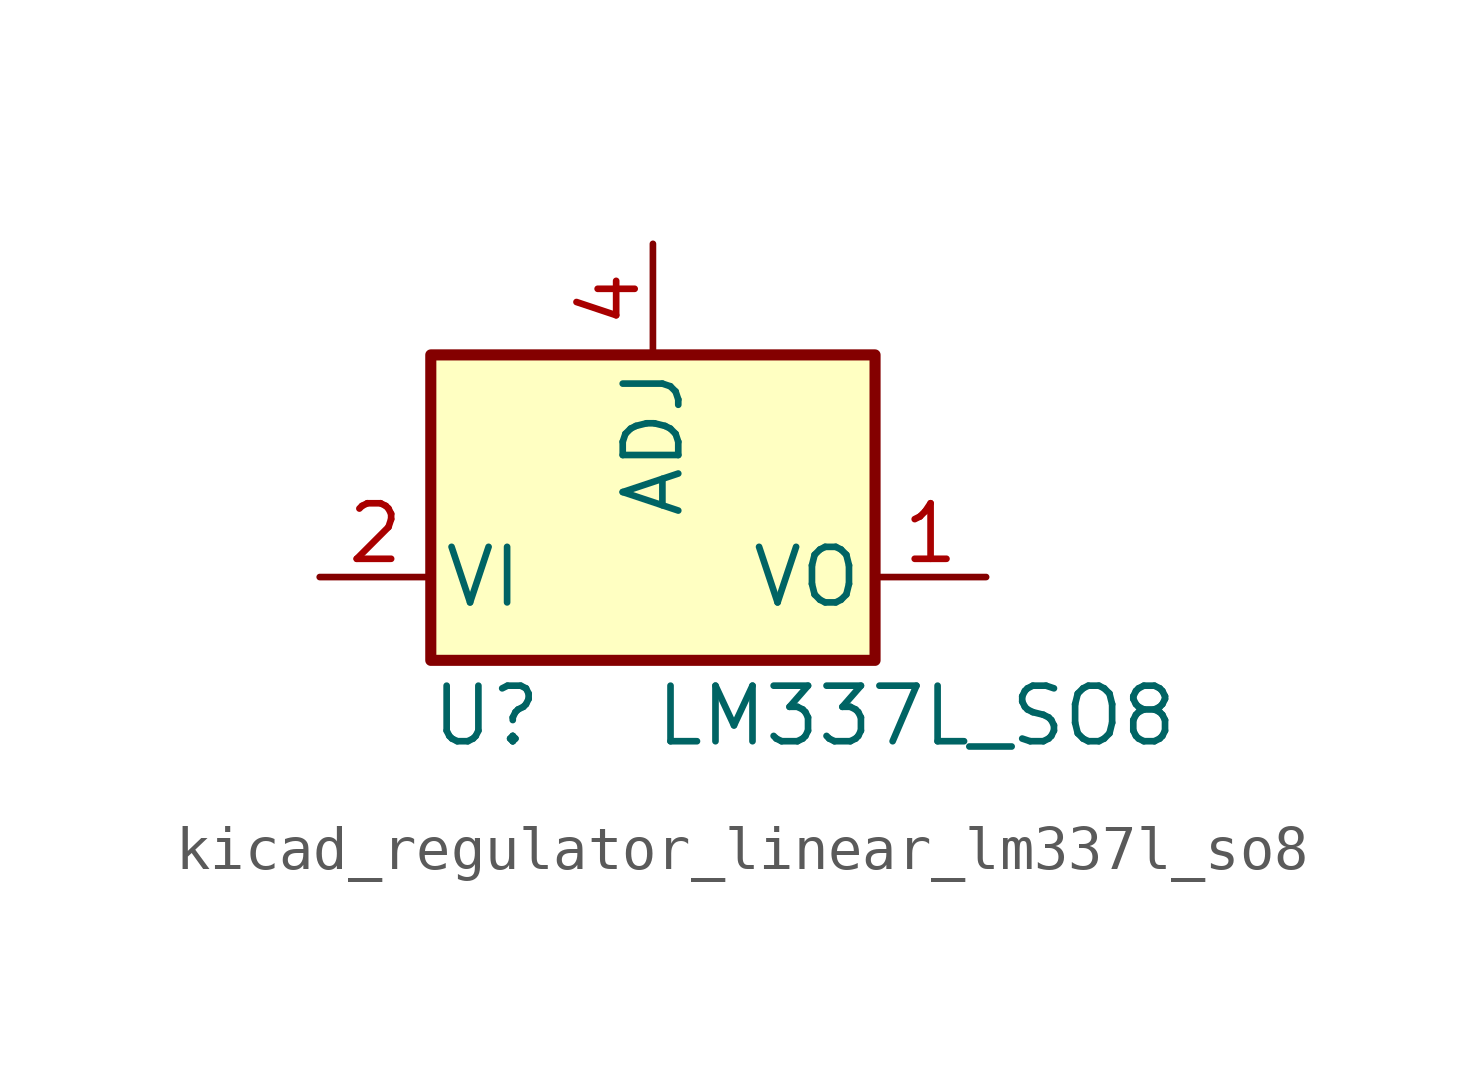
<source format=kicad_sym>
(kicad_symbol_lib
  (version 20220914)
  (generator kicad_symbol_editor)
  (symbol "kicad_regulator_linear_lm337l_so8"
    (pin_names
      (offset 0.254))
    (property "Reference" "U"
      (at -3.81 -3.175 0)
      (effects (font (size 1.27 1.27))))
    (property "Value" "LM337L_SO8"
      (at 0 -3.175 0)
      (effects (font (size 1.27 1.27)) (justify left)))
    (symbol "kicad_regulator_linear_lm337l_so8_0_1"
      (rectangle (start -5.08 5.08) (end 5.08 -1.905) (stroke (width 0.254) (type default)) (fill (type background))))
    (symbol "kicad_regulator_linear_lm337l_so8_1_1"
      (pin power_out line (at 7.62 0 180) (length 2.54) (name "VO" (effects (font (size 1.27 1.27)))) (number "1" (effects (font (size 1.27 1.27)))))
      (pin power_in line (at -7.62 0 0) (length 2.54) (name "VI" (effects (font (size 1.27 1.27)))) (number "2" (effects (font (size 1.27 1.27)))))
      (pin passive line (at -7.62 0 0) (length 2.54) hide (name "VI" (effects (font (size 1.27 1.27)))) (number "3" (effects (font (size 1.27 1.27)))))
      (pin input line (at 0 7.62 270) (length 2.54) (name "ADJ" (effects (font (size 1.27 1.27)))) (number "4" (effects (font (size 1.27 1.27)))))
      (pin no_connect line (at -5.08 2.54 0) (length 2.54) hide (name "NC" (effects (font (size 1.27 1.27)))) (number "5" (effects (font (size 1.27 1.27)))))
      (pin passive line (at -7.62 0 0) (length 2.54) hide (name "VI" (effects (font (size 1.27 1.27)))) (number "6" (effects (font (size 1.27 1.27)))))
      (pin passive line (at -7.62 0 0) (length 2.54) hide (name "VI" (effects (font (size 1.27 1.27)))) (number "7" (effects (font (size 1.27 1.27)))))
      (pin no_connect line (at 5.08 2.54 180) (length 2.54) hide (name "NC" (effects (font (size 1.27 1.27)))) (number "8" (effects (font (size 1.27 1.27))))))))
</source>
